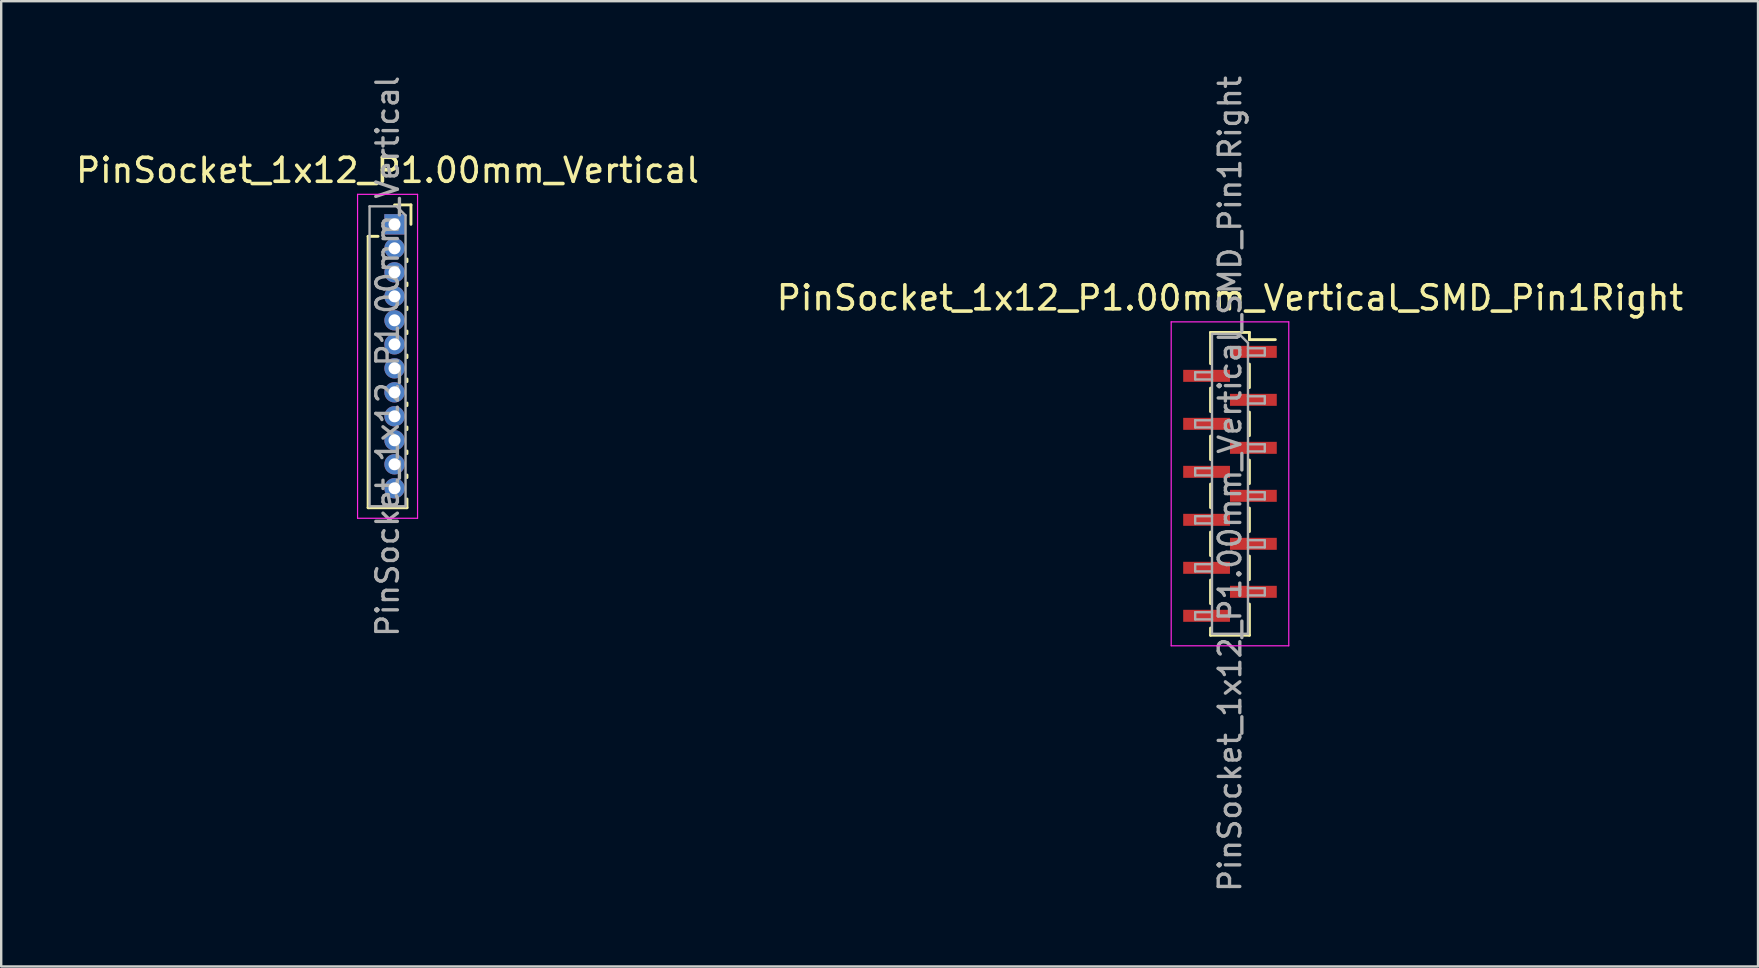
<source format=kicad_pcb>
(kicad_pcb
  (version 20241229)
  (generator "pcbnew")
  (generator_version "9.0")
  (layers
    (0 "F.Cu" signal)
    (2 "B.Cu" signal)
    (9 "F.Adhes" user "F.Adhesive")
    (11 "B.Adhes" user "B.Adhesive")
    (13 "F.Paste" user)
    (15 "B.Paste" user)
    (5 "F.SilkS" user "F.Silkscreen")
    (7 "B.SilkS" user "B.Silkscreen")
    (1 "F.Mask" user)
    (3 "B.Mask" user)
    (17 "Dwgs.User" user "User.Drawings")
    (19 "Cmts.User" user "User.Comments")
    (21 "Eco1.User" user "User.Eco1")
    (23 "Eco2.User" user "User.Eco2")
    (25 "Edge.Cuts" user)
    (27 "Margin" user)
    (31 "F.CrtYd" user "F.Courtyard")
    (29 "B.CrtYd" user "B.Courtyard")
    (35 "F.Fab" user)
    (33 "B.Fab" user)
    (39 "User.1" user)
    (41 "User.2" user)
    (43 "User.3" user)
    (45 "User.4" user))
  (footprint "PinSocket_1x12_P1.00mm_Vertical_SMD_Pin1Right"
    (layer "F.Cu")
    (at 48.208 17.113)
    (property "Reference" "PinSocket_1x12_P1.00mm_Vertical_SMD_Pin1Right" (at 0 -7.75 0) (layer "F.SilkS") (effects (font (size 1 1) (thickness 0.15))))
    (attr smd)
    (fp_line (start -0.81 -6.31) (end -0.81 -5.01) (stroke (width 0.12) (type solid)) (layer "F.SilkS"))
    (fp_line (start -0.81 -6.31) (end 0.81 -6.31) (stroke (width 0.12) (type solid)) (layer "F.SilkS"))
    (fp_line (start -0.81 -3.99) (end -0.81 -3.01) (stroke (width 0.12) (type solid)) (layer "F.SilkS"))
    (fp_line (start -0.81 -1.99) (end -0.81 -1.01) (stroke (width 0.12) (type solid)) (layer "F.SilkS"))
    (fp_line (start -0.81 0.01) (end -0.81 0.99) (stroke (width 0.12) (type solid)) (layer "F.SilkS"))
    (fp_line (start -0.81 2.01) (end -0.81 2.99) (stroke (width 0.12) (type solid)) (layer "F.SilkS"))
    (fp_line (start -0.81 4.01) (end -0.81 4.99) (stroke (width 0.12) (type solid)) (layer "F.SilkS"))
    (fp_line (start -0.81 6.01) (end -0.81 6.31) (stroke (width 0.12) (type solid)) (layer "F.SilkS"))
    (fp_line (start -0.81 6.31) (end 0.81 6.31) (stroke (width 0.12) (type solid)) (layer "F.SilkS"))
    (fp_line (start 0.81 -6.31) (end 0.81 -6.01) (stroke (width 0.12) (type solid)) (layer "F.SilkS"))
    (fp_line (start 0.81 -6.01) (end 1.89 -6.01) (stroke (width 0.12) (type solid)) (layer "F.SilkS"))
    (fp_line (start 0.81 -4.99) (end 0.81 -4.01) (stroke (width 0.12) (type solid)) (layer "F.SilkS"))
    (fp_line (start 0.81 -2.99) (end 0.81 -2.01) (stroke (width 0.12) (type solid)) (layer "F.SilkS"))
    (fp_line (start 0.81 -0.99) (end 0.81 -0.01) (stroke (width 0.12) (type solid)) (layer "F.SilkS"))
    (fp_line (start 0.81 1.01) (end 0.81 1.99) (stroke (width 0.12) (type solid)) (layer "F.SilkS"))
    (fp_line (start 0.81 3.01) (end 0.81 3.99) (stroke (width 0.12) (type solid)) (layer "F.SilkS"))
    (fp_line (start 0.81 5.01) (end 0.81 6.31) (stroke (width 0.12) (type solid)) (layer "F.SilkS"))
    (fp_line (start -2.45 -6.75) (end 2.45 -6.75) (stroke (width 0.05) (type solid)) (layer "F.CrtYd"))
    (fp_line (start -2.45 6.75) (end -2.45 -6.75) (stroke (width 0.05) (type solid)) (layer "F.CrtYd"))
    (fp_line (start 2.45 -6.75) (end 2.45 6.75) (stroke (width 0.05) (type solid)) (layer "F.CrtYd"))
    (fp_line (start 2.45 6.75) (end -2.45 6.75) (stroke (width 0.05) (type solid)) (layer "F.CrtYd"))
    (fp_line (start -1.45 -4.65) (end -0.75 -4.65) (stroke (width 0.1) (type solid)) (layer "F.Fab"))
    (fp_line (start -1.45 -4.35) (end -1.45 -4.65) (stroke (width 0.1) (type solid)) (layer "F.Fab"))
    (fp_line (start -1.45 -2.65) (end -0.75 -2.65) (stroke (width 0.1) (type solid)) (layer "F.Fab"))
    (fp_line (start -1.45 -2.35) (end -1.45 -2.65) (stroke (width 0.1) (type solid)) (layer "F.Fab"))
    (fp_line (start -1.45 -0.65) (end -0.75 -0.65) (stroke (width 0.1) (type solid)) (layer "F.Fab"))
    (fp_line (start -1.45 -0.35) (end -1.45 -0.65) (stroke (width 0.1) (type solid)) (layer "F.Fab"))
    (fp_line (start -1.45 1.35) (end -0.75 1.35) (stroke (width 0.1) (type solid)) (layer "F.Fab"))
    (fp_line (start -1.45 1.65) (end -1.45 1.35) (stroke (width 0.1) (type solid)) (layer "F.Fab"))
    (fp_line (start -1.45 3.35) (end -0.75 3.35) (stroke (width 0.1) (type solid)) (layer "F.Fab"))
    (fp_line (start -1.45 3.65) (end -1.45 3.35) (stroke (width 0.1) (type solid)) (layer "F.Fab"))
    (fp_line (start -1.45 5.35) (end -0.75 5.35) (stroke (width 0.1) (type solid)) (layer "F.Fab"))
    (fp_line (start -1.45 5.65) (end -1.45 5.35) (stroke (width 0.1) (type solid)) (layer "F.Fab"))
    (fp_line (start -0.75 -6.25) (end 0.375 -6.25) (stroke (width 0.1) (type solid)) (layer "F.Fab"))
    (fp_line (start -0.75 -4.35) (end -1.45 -4.35) (stroke (width 0.1) (type solid)) (layer "F.Fab"))
    (fp_line (start -0.75 -2.35) (end -1.45 -2.35) (stroke (width 0.1) (type solid)) (layer "F.Fab"))
    (fp_line (start -0.75 -0.35) (end -1.45 -0.35) (stroke (width 0.1) (type solid)) (layer "F.Fab"))
    (fp_line (start -0.75 1.65) (end -1.45 1.65) (stroke (width 0.1) (type solid)) (layer "F.Fab"))
    (fp_line (start -0.75 3.65) (end -1.45 3.65) (stroke (width 0.1) (type solid)) (layer "F.Fab"))
    (fp_line (start -0.75 5.65) (end -1.45 5.65) (stroke (width 0.1) (type solid)) (layer "F.Fab"))
    (fp_line (start -0.75 6.25) (end -0.75 -6.25) (stroke (width 0.1) (type solid)) (layer "F.Fab"))
    (fp_line (start 0.375 -6.25) (end 0.75 -5.875) (stroke (width 0.1) (type solid)) (layer "F.Fab"))
    (fp_line (start 0.75 -5.875) (end 0.75 6.25) (stroke (width 0.1) (type solid)) (layer "F.Fab"))
    (fp_line (start 0.75 -5.65) (end 1.45 -5.65) (stroke (width 0.1) (type solid)) (layer "F.Fab"))
    (fp_line (start 0.75 -3.65) (end 1.45 -3.65) (stroke (width 0.1) (type solid)) (layer "F.Fab"))
    (fp_line (start 0.75 -1.65) (end 1.45 -1.65) (stroke (width 0.1) (type solid)) (layer "F.Fab"))
    (fp_line (start 0.75 0.35) (end 1.45 0.35) (stroke (width 0.1) (type solid)) (layer "F.Fab"))
    (fp_line (start 0.75 2.35) (end 1.45 2.35) (stroke (width 0.1) (type solid)) (layer "F.Fab"))
    (fp_line (start 0.75 4.35) (end 1.45 4.35) (stroke (width 0.1) (type solid)) (layer "F.Fab"))
    (fp_line (start 0.75 6.25) (end -0.75 6.25) (stroke (width 0.1) (type solid)) (layer "F.Fab"))
    (fp_line (start 1.45 -5.65) (end 1.45 -5.35) (stroke (width 0.1) (type solid)) (layer "F.Fab"))
    (fp_line (start 1.45 -5.35) (end 0.75 -5.35) (stroke (width 0.1) (type solid)) (layer "F.Fab"))
    (fp_line (start 1.45 -3.65) (end 1.45 -3.35) (stroke (width 0.1) (type solid)) (layer "F.Fab"))
    (fp_line (start 1.45 -3.35) (end 0.75 -3.35) (stroke (width 0.1) (type solid)) (layer "F.Fab"))
    (fp_line (start 1.45 -1.65) (end 1.45 -1.35) (stroke (width 0.1) (type solid)) (layer "F.Fab"))
    (fp_line (start 1.45 -1.35) (end 0.75 -1.35) (stroke (width 0.1) (type solid)) (layer "F.Fab"))
    (fp_line (start 1.45 0.35) (end 1.45 0.65) (stroke (width 0.1) (type solid)) (layer "F.Fab"))
    (fp_line (start 1.45 0.65) (end 0.75 0.65) (stroke (width 0.1) (type solid)) (layer "F.Fab"))
    (fp_line (start 1.45 2.35) (end 1.45 2.65) (stroke (width 0.1) (type solid)) (layer "F.Fab"))
    (fp_line (start 1.45 2.65) (end 0.75 2.65) (stroke (width 0.1) (type solid)) (layer "F.Fab"))
    (fp_line (start 1.45 4.35) (end 1.45 4.65) (stroke (width 0.1) (type solid)) (layer "F.Fab"))
    (fp_line (start 1.45 4.65) (end 0.75 4.65) (stroke (width 0.1) (type solid)) (layer "F.Fab"))
    (fp_text user "${REFERENCE}" (at 0 0 90) (layer "F.Fab") (effects (font (size 0.9 0.9) (thickness 0.14))))
    (pad "1" smd rect (at 0.975 -5.5) (size 1.95 0.5) (layers "F.Cu" "F.Mask" "F.Paste"))
    (pad "2" smd rect (at -0.975 -4.5) (size 1.95 0.5) (layers "F.Cu" "F.Mask" "F.Paste"))
    (pad "3" smd rect (at 0.975 -3.5) (size 1.95 0.5) (layers "F.Cu" "F.Mask" "F.Paste"))
    (pad "4" smd rect (at -0.975 -2.5) (size 1.95 0.5) (layers "F.Cu" "F.Mask" "F.Paste"))
    (pad "5" smd rect (at 0.975 -1.5) (size 1.95 0.5) (layers "F.Cu" "F.Mask" "F.Paste"))
    (pad "6" smd rect (at -0.975 -0.5) (size 1.95 0.5) (layers "F.Cu" "F.Mask" "F.Paste"))
    (pad "7" smd rect (at 0.975 0.5) (size 1.95 0.5) (layers "F.Cu" "F.Mask" "F.Paste"))
    (pad "8" smd rect (at -0.975 1.5) (size 1.95 0.5) (layers "F.Cu" "F.Mask" "F.Paste"))
    (pad "9" smd rect (at 0.975 2.5) (size 1.95 0.5) (layers "F.Cu" "F.Mask" "F.Paste"))
    (pad "10" smd rect (at -0.975 3.5) (size 1.95 0.5) (layers "F.Cu" "F.Mask" "F.Paste"))
    (pad "11" smd rect (at 0.975 4.5) (size 1.95 0.5) (layers "F.Cu" "F.Mask" "F.Paste"))
    (pad "12" smd rect (at -0.975 5.5) (size 1.95 0.5) (layers "F.Cu" "F.Mask" "F.Paste")))
  (footprint "PinSocket_1x12_P1.00mm_Vertical"
    (layer "F.Cu")
    (at 13.391 6.299)
    (property "Reference" "PinSocket_1x12_P1.00mm_Vertical" (at -0.29 -2.25 0) (layer "F.SilkS") (effects (font (size 1 1) (thickness 0.15))))
    (attr through_hole)
    (fp_line (start -1.1 0.5) (end -1.1 11.81) (stroke (width 0.12) (type solid)) (layer "F.SilkS"))
    (fp_line (start -1.1 0.5) (end -0.685 0.5) (stroke (width 0.12) (type solid)) (layer "F.SilkS"))
    (fp_line (start -1.1 11.81) (end 0.52 11.81) (stroke (width 0.12) (type solid)) (layer "F.SilkS"))
    (fp_line (start 0 -0.81) (end 0.685 -0.81) (stroke (width 0.12) (type solid)) (layer "F.SilkS"))
    (fp_line (start 0.52 1.446) (end 0.52 1.554) (stroke (width 0.12) (type solid)) (layer "F.SilkS"))
    (fp_line (start 0.52 2.446) (end 0.52 2.554) (stroke (width 0.12) (type solid)) (layer "F.SilkS"))
    (fp_line (start 0.52 3.446) (end 0.52 3.554) (stroke (width 0.12) (type solid)) (layer "F.SilkS"))
    (fp_line (start 0.52 4.446) (end 0.52 4.554) (stroke (width 0.12) (type solid)) (layer "F.SilkS"))
    (fp_line (start 0.52 5.446) (end 0.52 5.554) (stroke (width 0.12) (type solid)) (layer "F.SilkS"))
    (fp_line (start 0.52 6.446) (end 0.52 6.554) (stroke (width 0.12) (type solid)) (layer "F.SilkS"))
    (fp_line (start 0.52 7.446) (end 0.52 7.554) (stroke (width 0.12) (type solid)) (layer "F.SilkS"))
    (fp_line (start 0.52 8.446) (end 0.52 8.554) (stroke (width 0.12) (type solid)) (layer "F.SilkS"))
    (fp_line (start 0.52 9.446) (end 0.52 9.554) (stroke (width 0.12) (type solid)) (layer "F.SilkS"))
    (fp_line (start 0.52 10.446) (end 0.52 10.554) (stroke (width 0.12) (type solid)) (layer "F.SilkS"))
    (fp_line (start 0.52 11.446) (end 0.52 11.81) (stroke (width 0.12) (type solid)) (layer "F.SilkS"))
    (fp_line (start 0.685 -0.81) (end 0.685 0) (stroke (width 0.12) (type solid)) (layer "F.SilkS"))
    (fp_line (start -1.54 -1.25) (end 0.96 -1.25) (stroke (width 0.05) (type solid)) (layer "F.CrtYd"))
    (fp_line (start -1.54 12.25) (end -1.54 -1.25) (stroke (width 0.05) (type solid)) (layer "F.CrtYd"))
    (fp_line (start 0.96 -1.25) (end 0.96 12.25) (stroke (width 0.05) (type solid)) (layer "F.CrtYd"))
    (fp_line (start 0.96 12.25) (end -1.54 12.25) (stroke (width 0.05) (type solid)) (layer "F.CrtYd"))
    (fp_line (start -1.04 -0.75) (end 0.085 -0.75) (stroke (width 0.1) (type solid)) (layer "F.Fab"))
    (fp_line (start -1.04 11.75) (end -1.04 -0.75) (stroke (width 0.1) (type solid)) (layer "F.Fab"))
    (fp_line (start 0.085 -0.75) (end 0.46 -0.375) (stroke (width 0.1) (type solid)) (layer "F.Fab"))
    (fp_line (start 0.46 -0.375) (end 0.46 11.75) (stroke (width 0.1) (type solid)) (layer "F.Fab"))
    (fp_line (start 0.46 11.75) (end -1.04 11.75) (stroke (width 0.1) (type solid)) (layer "F.Fab"))
    (fp_text user "${REFERENCE}" (at -0.29 5.5 90) (layer "F.Fab") (effects (font (size 0.9 0.9) (thickness 0.14))))
    (pad "1" thru_hole rect (at 0 0) (size 0.85 0.85) (drill 0.5) (layers "*.Cu" "*.Mask"))
    (pad "2" thru_hole oval (at 0 1) (size 0.85 0.85) (drill 0.5) (layers "*.Cu" "*.Mask"))
    (pad "3" thru_hole oval (at 0 2) (size 0.85 0.85) (drill 0.5) (layers "*.Cu" "*.Mask"))
    (pad "4" thru_hole oval (at 0 3) (size 0.85 0.85) (drill 0.5) (layers "*.Cu" "*.Mask"))
    (pad "5" thru_hole oval (at 0 4) (size 0.85 0.85) (drill 0.5) (layers "*.Cu" "*.Mask"))
    (pad "6" thru_hole oval (at 0 5) (size 0.85 0.85) (drill 0.5) (layers "*.Cu" "*.Mask"))
    (pad "7" thru_hole oval (at 0 6) (size 0.85 0.85) (drill 0.5) (layers "*.Cu" "*.Mask"))
    (pad "8" thru_hole oval (at 0 7) (size 0.85 0.85) (drill 0.5) (layers "*.Cu" "*.Mask"))
    (pad "9" thru_hole oval (at 0 8) (size 0.85 0.85) (drill 0.5) (layers "*.Cu" "*.Mask"))
    (pad "10" thru_hole oval (at 0 9) (size 0.85 0.85) (drill 0.5) (layers "*.Cu" "*.Mask"))
    (pad "11" thru_hole oval (at 0 10) (size 0.85 0.85) (drill 0.5) (layers "*.Cu" "*.Mask"))
    (pad "12" thru_hole oval (at 0 11) (size 0.85 0.85) (drill 0.5) (layers "*.Cu" "*.Mask")))
  (gr_rect
    (start -3 -3)
    (end 70.214 37.226)
    (stroke (width 0.1) (type default))
    (fill no)
    (layer "Edge.Cuts")))
</source>
